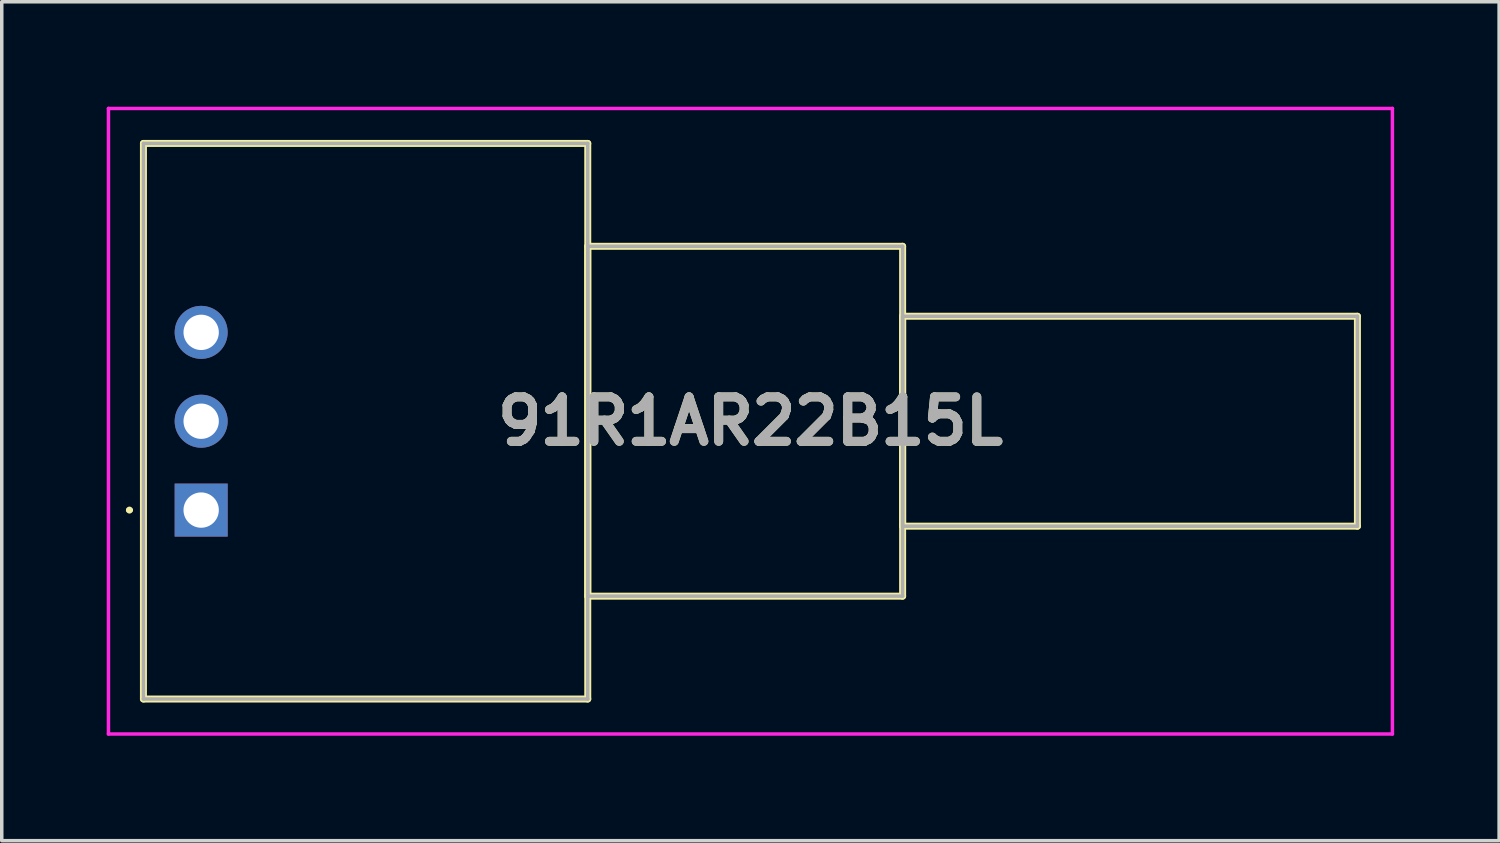
<source format=kicad_pcb>
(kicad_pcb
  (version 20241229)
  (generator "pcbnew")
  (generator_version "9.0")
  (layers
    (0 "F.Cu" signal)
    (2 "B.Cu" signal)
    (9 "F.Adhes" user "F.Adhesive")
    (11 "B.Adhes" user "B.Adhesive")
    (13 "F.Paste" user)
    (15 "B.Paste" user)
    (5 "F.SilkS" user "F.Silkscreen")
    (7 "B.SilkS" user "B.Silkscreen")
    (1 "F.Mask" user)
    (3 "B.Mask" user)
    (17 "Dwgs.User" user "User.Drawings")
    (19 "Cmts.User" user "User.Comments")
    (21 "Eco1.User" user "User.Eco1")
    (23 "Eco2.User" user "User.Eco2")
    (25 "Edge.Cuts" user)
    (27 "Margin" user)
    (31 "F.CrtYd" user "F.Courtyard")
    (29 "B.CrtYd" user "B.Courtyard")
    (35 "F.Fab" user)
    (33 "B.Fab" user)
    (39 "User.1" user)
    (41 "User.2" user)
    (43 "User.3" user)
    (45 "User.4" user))
  (footprint "91R1AR22B15L"
    (layer "F.Cu")
    (at 2.7 11.53)
    (property "Reference" "91R1AR22B15L" (at 15.7 -2.54 0) (layer "F.SilkS") (effects (font (size 1.27 1.27) (thickness 0.254))))
    (attr through_hole)
    (fp_line (start -2.1 0) (end -2.1 0) (stroke (width 0.1) (type solid)) (layer "F.SilkS"))
    (fp_line (start -2 0) (end -2 0) (stroke (width 0.1) (type solid)) (layer "F.SilkS"))
    (fp_line (start -1.65 -10.48) (end 11.05 -10.48) (stroke (width 0.2) (type solid)) (layer "F.SilkS"))
    (fp_line (start -1.65 5.4) (end -1.65 -10.48) (stroke (width 0.2) (type solid)) (layer "F.SilkS"))
    (fp_line (start 11.05 -10.48) (end 11.05 5.4) (stroke (width 0.2) (type solid)) (layer "F.SilkS"))
    (fp_line (start 11.05 -7.54) (end 20.05 -7.54) (stroke (width 0.2) (type solid)) (layer "F.SilkS"))
    (fp_line (start 11.05 2.46) (end 11.05 -7.54) (stroke (width 0.2) (type solid)) (layer "F.SilkS"))
    (fp_line (start 11.05 5.4) (end -1.65 5.4) (stroke (width 0.2) (type solid)) (layer "F.SilkS"))
    (fp_line (start 20.05 -7.54) (end 20.05 2.46) (stroke (width 0.2) (type solid)) (layer "F.SilkS"))
    (fp_line (start 20.05 -5.54) (end 33.05 -5.54) (stroke (width 0.2) (type solid)) (layer "F.SilkS"))
    (fp_line (start 20.05 0.46) (end 20.05 -5.54) (stroke (width 0.2) (type solid)) (layer "F.SilkS"))
    (fp_line (start 20.05 2.46) (end 11.05 2.46) (stroke (width 0.2) (type solid)) (layer "F.SilkS"))
    (fp_line (start 33.05 -5.54) (end 33.05 0.46) (stroke (width 0.2) (type solid)) (layer "F.SilkS"))
    (fp_line (start 33.05 0.46) (end 20.05 0.46) (stroke (width 0.2) (type solid)) (layer "F.SilkS"))
    (fp_arc (start -2.1 0) (mid -2.05 -0.05) (end -2 0) (stroke (width 0.1) (type solid)) (layer "F.SilkS"))
    (fp_arc (start -2 0) (mid -2.05 0.05) (end -2.1 0) (stroke (width 0.1) (type solid)) (layer "F.SilkS"))
    (fp_line (start -2.65 -11.48) (end 34.05 -11.48) (stroke (width 0.1) (type solid)) (layer "F.CrtYd"))
    (fp_line (start -2.65 6.4) (end -2.65 -11.48) (stroke (width 0.1) (type solid)) (layer "F.CrtYd"))
    (fp_line (start 34.05 -11.48) (end 34.05 6.4) (stroke (width 0.1) (type solid)) (layer "F.CrtYd"))
    (fp_line (start 34.05 6.4) (end -2.65 6.4) (stroke (width 0.1) (type solid)) (layer "F.CrtYd"))
    (fp_line (start -1.65 -10.48) (end -1.65 5.4) (stroke (width 0.1) (type solid)) (layer "F.Fab"))
    (fp_line (start -1.65 5.4) (end 11.05 5.4) (stroke (width 0.1) (type solid)) (layer "F.Fab"))
    (fp_line (start 11.05 -10.48) (end -1.65 -10.48) (stroke (width 0.1) (type solid)) (layer "F.Fab"))
    (fp_line (start 11.05 -7.54) (end 20.05 -7.54) (stroke (width 0.1) (type solid)) (layer "F.Fab"))
    (fp_line (start 11.05 2.46) (end 11.05 -7.54) (stroke (width 0.1) (type solid)) (layer "F.Fab"))
    (fp_line (start 11.05 5.4) (end 11.05 -10.48) (stroke (width 0.1) (type solid)) (layer "F.Fab"))
    (fp_line (start 20.05 -7.54) (end 20.05 2.46) (stroke (width 0.1) (type solid)) (layer "F.Fab"))
    (fp_line (start 20.05 -5.54) (end 33.05 -5.54) (stroke (width 0.1) (type solid)) (layer "F.Fab"))
    (fp_line (start 20.05 0.46) (end 20.05 -5.54) (stroke (width 0.1) (type solid)) (layer "F.Fab"))
    (fp_line (start 20.05 2.46) (end 11.05 2.46) (stroke (width 0.1) (type solid)) (layer "F.Fab"))
    (fp_line (start 33.05 -5.54) (end 33.05 0.46) (stroke (width 0.1) (type solid)) (layer "F.Fab"))
    (fp_line (start 33.05 0.46) (end 20.05 0.46) (stroke (width 0.1) (type solid)) (layer "F.Fab"))
    (fp_text user "${REFERENCE}" (at 15.7 -2.54 0) (layer "F.Fab") (effects (font (size 1.27 1.27) (thickness 0.254))))
    (pad "R11" thru_hole rect (at 0 0) (size 1.515 1.515) (drill 1.01) (layers "*.Cu" "*.Mask"))
    (pad "R12" thru_hole circle (at 0 -2.54) (size 1.515 1.515) (drill 1.01) (layers "*.Cu" "*.Mask"))
    (pad "R13" thru_hole circle (at 0 -5.08) (size 1.515 1.515) (drill 1.01) (layers "*.Cu" "*.Mask")))
  (gr_rect
    (start -3 -3)
    (end 39.8 20.98)
    (stroke (width 0.1) (type default))
    (fill no)
    (layer "Edge.Cuts")))
</source>
